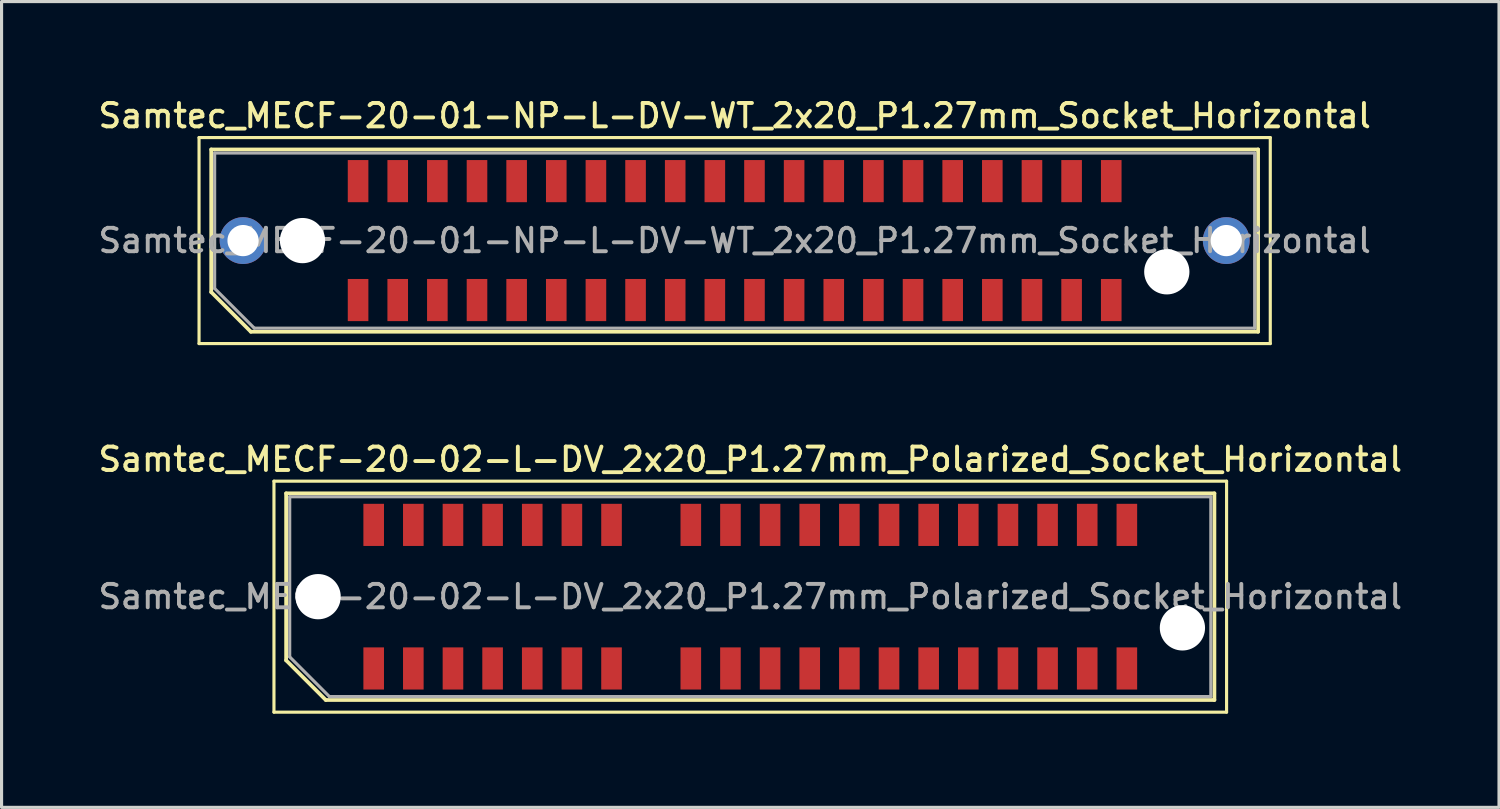
<source format=kicad_pcb>
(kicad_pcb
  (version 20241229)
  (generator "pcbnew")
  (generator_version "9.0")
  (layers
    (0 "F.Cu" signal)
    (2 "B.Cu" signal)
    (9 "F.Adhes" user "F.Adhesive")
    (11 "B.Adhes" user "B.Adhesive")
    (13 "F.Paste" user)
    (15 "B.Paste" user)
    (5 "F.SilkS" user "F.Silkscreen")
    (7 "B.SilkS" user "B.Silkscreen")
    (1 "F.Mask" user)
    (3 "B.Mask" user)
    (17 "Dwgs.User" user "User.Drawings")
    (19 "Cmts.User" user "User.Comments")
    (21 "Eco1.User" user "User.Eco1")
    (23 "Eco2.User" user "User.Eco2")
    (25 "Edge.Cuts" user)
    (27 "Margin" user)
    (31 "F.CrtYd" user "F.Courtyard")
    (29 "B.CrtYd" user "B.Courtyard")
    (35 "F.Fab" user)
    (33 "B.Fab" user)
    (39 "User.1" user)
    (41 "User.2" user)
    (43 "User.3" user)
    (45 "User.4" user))
  (footprint "Samtec_MECF-20-01-NP-L-DV-WT_2x20_P1.27mm_Socket_Horizontal"
    (layer "F.Cu")
    (at 20.487 4.658)
    (property "Reference" "Samtec_MECF-20-01-NP-L-DV-WT_2x20_P1.27mm_Socket_Horizontal" (at 0 -4 0) (layer "F.SilkS") (effects (font (size 0.75 0.75) (thickness 0.125))))
    (attr smd)
    (fp_line (start -17.16 -3.3) (end -17.16 3.3) (stroke (width 0.1) (type solid)) (layer "F.SilkS"))
    (fp_line (start -17.16 3.3) (end 17.16 3.3) (stroke (width 0.1) (type solid)) (layer "F.SilkS"))
    (fp_line (start -16.77 -2.92) (end 16.77 -2.92) (stroke (width 0.12) (type solid)) (layer "F.SilkS"))
    (fp_line (start -16.77 1.65) (end -16.77 -2.92) (stroke (width 0.12) (type solid)) (layer "F.SilkS"))
    (fp_line (start -15.5 2.92) (end -16.77 1.65) (stroke (width 0.12) (type solid)) (layer "F.SilkS"))
    (fp_line (start -15.5 2.92) (end 16.77 2.92) (stroke (width 0.12) (type solid)) (layer "F.SilkS"))
    (fp_line (start 16.77 2.92) (end 16.77 -2.92) (stroke (width 0.12) (type solid)) (layer "F.SilkS"))
    (fp_line (start 17.16 -3.3) (end -17.16 -3.3) (stroke (width 0.1) (type solid)) (layer "F.SilkS"))
    (fp_line (start 17.16 3.3) (end 17.16 -3.3) (stroke (width 0.1) (type solid)) (layer "F.SilkS"))
    (fp_line (start -16.66 -2.805) (end 16.66 -2.805) (stroke (width 0.1) (type solid)) (layer "F.Fab"))
    (fp_line (start -16.66 1.535) (end -16.66 -2.805) (stroke (width 0.1) (type solid)) (layer "F.Fab"))
    (fp_line (start -16.66 1.535) (end -15.39 2.805) (stroke (width 0.1) (type solid)) (layer "F.Fab"))
    (fp_line (start -15.39 2.805) (end 16.66 2.805) (stroke (width 0.1) (type solid)) (layer "F.Fab"))
    (fp_line (start 16.66 2.805) (end 16.66 -2.805) (stroke (width 0.1) (type solid)) (layer "F.Fab"))
    (fp_text user "${REFERENCE}" (at 0 0 0) (layer "F.Fab") (effects (font (size 0.75 0.75) (thickness 0.125))))
    (pad "" thru_hole circle (at -15.75 0) (size 1.5 1.5) (drill 1) (layers "*.Cu" "*.Mask"))
    (pad "" np_thru_hole circle (at -13.845 0) (size 1.45 1.45) (drill 1.45) (layers "*.Cu" "*.Mask"))
    (pad "" np_thru_hole circle (at 13.845 1) (size 1.45 1.45) (drill 1.45) (layers "*.Cu" "*.Mask"))
    (pad "" thru_hole circle (at 15.75 0) (size 1.5 1.5) (drill 1) (layers "*.Cu" "*.Mask"))
    (pad "1" smd rect (at -12.065 1.905) (size 0.66 1.35) (layers "F.Cu" "F.Mask" "F.Paste"))
    (pad "2" smd rect (at -12.065 -1.905) (size 0.66 1.35) (layers "F.Cu" "F.Mask" "F.Paste"))
    (pad "3" smd rect (at -10.795 1.905) (size 0.66 1.35) (layers "F.Cu" "F.Mask" "F.Paste"))
    (pad "4" smd rect (at -10.795 -1.905) (size 0.66 1.35) (layers "F.Cu" "F.Mask" "F.Paste"))
    (pad "5" smd rect (at -9.525 1.905) (size 0.66 1.35) (layers "F.Cu" "F.Mask" "F.Paste"))
    (pad "6" smd rect (at -9.525 -1.905) (size 0.66 1.35) (layers "F.Cu" "F.Mask" "F.Paste"))
    (pad "7" smd rect (at -8.255 1.905) (size 0.66 1.35) (layers "F.Cu" "F.Mask" "F.Paste"))
    (pad "8" smd rect (at -8.255 -1.905) (size 0.66 1.35) (layers "F.Cu" "F.Mask" "F.Paste"))
    (pad "9" smd rect (at -6.985 1.905) (size 0.66 1.35) (layers "F.Cu" "F.Mask" "F.Paste"))
    (pad "10" smd rect (at -6.985 -1.905) (size 0.66 1.35) (layers "F.Cu" "F.Mask" "F.Paste"))
    (pad "11" smd rect (at -5.715 1.905) (size 0.66 1.35) (layers "F.Cu" "F.Mask" "F.Paste"))
    (pad "12" smd rect (at -5.715 -1.905) (size 0.66 1.35) (layers "F.Cu" "F.Mask" "F.Paste"))
    (pad "13" smd rect (at -4.445 1.905) (size 0.66 1.35) (layers "F.Cu" "F.Mask" "F.Paste"))
    (pad "14" smd rect (at -4.445 -1.905) (size 0.66 1.35) (layers "F.Cu" "F.Mask" "F.Paste"))
    (pad "15" smd rect (at -3.175 1.905) (size 0.66 1.35) (layers "F.Cu" "F.Mask" "F.Paste"))
    (pad "16" smd rect (at -3.175 -1.905) (size 0.66 1.35) (layers "F.Cu" "F.Mask" "F.Paste"))
    (pad "17" smd rect (at -1.905 1.905) (size 0.66 1.35) (layers "F.Cu" "F.Mask" "F.Paste"))
    (pad "18" smd rect (at -1.905 -1.905) (size 0.66 1.35) (layers "F.Cu" "F.Mask" "F.Paste"))
    (pad "19" smd rect (at -0.635 1.905) (size 0.66 1.35) (layers "F.Cu" "F.Mask" "F.Paste"))
    (pad "20" smd rect (at -0.635 -1.905) (size 0.66 1.35) (layers "F.Cu" "F.Mask" "F.Paste"))
    (pad "21" smd rect (at 0.635 1.905) (size 0.66 1.35) (layers "F.Cu" "F.Mask" "F.Paste"))
    (pad "22" smd rect (at 0.635 -1.905) (size 0.66 1.35) (layers "F.Cu" "F.Mask" "F.Paste"))
    (pad "23" smd rect (at 1.905 1.905) (size 0.66 1.35) (layers "F.Cu" "F.Mask" "F.Paste"))
    (pad "24" smd rect (at 1.905 -1.905) (size 0.66 1.35) (layers "F.Cu" "F.Mask" "F.Paste"))
    (pad "25" smd rect (at 3.175 1.905) (size 0.66 1.35) (layers "F.Cu" "F.Mask" "F.Paste"))
    (pad "26" smd rect (at 3.175 -1.905) (size 0.66 1.35) (layers "F.Cu" "F.Mask" "F.Paste"))
    (pad "27" smd rect (at 4.445 1.905) (size 0.66 1.35) (layers "F.Cu" "F.Mask" "F.Paste"))
    (pad "28" smd rect (at 4.445 -1.905) (size 0.66 1.35) (layers "F.Cu" "F.Mask" "F.Paste"))
    (pad "29" smd rect (at 5.715 1.905) (size 0.66 1.35) (layers "F.Cu" "F.Mask" "F.Paste"))
    (pad "30" smd rect (at 5.715 -1.905) (size 0.66 1.35) (layers "F.Cu" "F.Mask" "F.Paste"))
    (pad "31" smd rect (at 6.985 1.905) (size 0.66 1.35) (layers "F.Cu" "F.Mask" "F.Paste"))
    (pad "32" smd rect (at 6.985 -1.905) (size 0.66 1.35) (layers "F.Cu" "F.Mask" "F.Paste"))
    (pad "33" smd rect (at 8.255 1.905) (size 0.66 1.35) (layers "F.Cu" "F.Mask" "F.Paste"))
    (pad "34" smd rect (at 8.255 -1.905) (size 0.66 1.35) (layers "F.Cu" "F.Mask" "F.Paste"))
    (pad "35" smd rect (at 9.525 1.905) (size 0.66 1.35) (layers "F.Cu" "F.Mask" "F.Paste"))
    (pad "36" smd rect (at 9.525 -1.905) (size 0.66 1.35) (layers "F.Cu" "F.Mask" "F.Paste"))
    (pad "37" smd rect (at 10.795 1.905) (size 0.66 1.35) (layers "F.Cu" "F.Mask" "F.Paste"))
    (pad "38" smd rect (at 10.795 -1.905) (size 0.66 1.35) (layers "F.Cu" "F.Mask" "F.Paste"))
    (pad "39" smd rect (at 12.065 1.905) (size 0.66 1.35) (layers "F.Cu" "F.Mask" "F.Paste"))
    (pad "40" smd rect (at 12.065 -1.905) (size 0.66 1.35) (layers "F.Cu" "F.Mask" "F.Paste")))
  (footprint "Samtec_MECF-20-02-L-DV_2x20_P1.27mm_Polarized_Socket_Horizontal"
    (layer "F.Cu")
    (at 20.987 16.066)
    (property "Reference" "Samtec_MECF-20-02-L-DV_2x20_P1.27mm_Polarized_Socket_Horizontal" (at 0 -4.4 0) (layer "F.SilkS") (effects (font (size 0.75 0.75) (thickness 0.125))))
    (attr smd)
    (fp_line (start -15.26 -3.7) (end -15.26 3.7) (stroke (width 0.1) (type solid)) (layer "F.SilkS"))
    (fp_line (start -15.26 3.7) (end 15.26 3.7) (stroke (width 0.1) (type solid)) (layer "F.SilkS"))
    (fp_line (start -14.87 -3.31) (end 14.87 -3.31) (stroke (width 0.12) (type solid)) (layer "F.SilkS"))
    (fp_line (start -14.87 2.04) (end -14.87 -3.31) (stroke (width 0.12) (type solid)) (layer "F.SilkS"))
    (fp_line (start -13.6 3.31) (end -14.87 2.04) (stroke (width 0.12) (type solid)) (layer "F.SilkS"))
    (fp_line (start -13.6 3.31) (end 14.87 3.31) (stroke (width 0.12) (type solid)) (layer "F.SilkS"))
    (fp_line (start 14.87 3.31) (end 14.87 -3.31) (stroke (width 0.12) (type solid)) (layer "F.SilkS"))
    (fp_line (start 15.26 -3.7) (end -15.26 -3.7) (stroke (width 0.1) (type solid)) (layer "F.SilkS"))
    (fp_line (start 15.26 3.7) (end 15.26 -3.7) (stroke (width 0.1) (type solid)) (layer "F.SilkS"))
    (fp_line (start -14.755 -3.2) (end 14.755 -3.2) (stroke (width 0.1) (type solid)) (layer "F.Fab"))
    (fp_line (start -14.755 1.93) (end -14.755 -3.2) (stroke (width 0.1) (type solid)) (layer "F.Fab"))
    (fp_line (start -14.755 1.93) (end -13.485 3.2) (stroke (width 0.1) (type solid)) (layer "F.Fab"))
    (fp_line (start -13.485 3.2) (end 14.755 3.2) (stroke (width 0.1) (type solid)) (layer "F.Fab"))
    (fp_line (start 14.755 3.2) (end 14.755 -3.2) (stroke (width 0.1) (type solid)) (layer "F.Fab"))
    (fp_text user "${REFERENCE}" (at 0 0 0) (layer "F.Fab") (effects (font (size 0.75 0.75) (thickness 0.125))))
    (pad "" np_thru_hole circle (at -13.845 0) (size 1.45 1.45) (drill 1.45) (layers "*.Cu" "*.Mask"))
    (pad "" np_thru_hole circle (at 13.845 1) (size 1.45 1.45) (drill 1.45) (layers "*.Cu" "*.Mask"))
    (pad "1" smd rect (at -12.065 2.3) (size 0.66 1.35) (layers "F.Cu" "F.Mask" "F.Paste"))
    (pad "2" smd rect (at -12.065 -2.3) (size 0.66 1.35) (layers "F.Cu" "F.Mask" "F.Paste"))
    (pad "3" smd rect (at -10.795 2.3) (size 0.66 1.35) (layers "F.Cu" "F.Mask" "F.Paste"))
    (pad "4" smd rect (at -10.795 -2.3) (size 0.66 1.35) (layers "F.Cu" "F.Mask" "F.Paste"))
    (pad "5" smd rect (at -9.525 2.3) (size 0.66 1.35) (layers "F.Cu" "F.Mask" "F.Paste"))
    (pad "6" smd rect (at -9.525 -2.3) (size 0.66 1.35) (layers "F.Cu" "F.Mask" "F.Paste"))
    (pad "7" smd rect (at -8.255 2.3) (size 0.66 1.35) (layers "F.Cu" "F.Mask" "F.Paste"))
    (pad "8" smd rect (at -8.255 -2.3) (size 0.66 1.35) (layers "F.Cu" "F.Mask" "F.Paste"))
    (pad "9" smd rect (at -6.985 2.3) (size 0.66 1.35) (layers "F.Cu" "F.Mask" "F.Paste"))
    (pad "10" smd rect (at -6.985 -2.3) (size 0.66 1.35) (layers "F.Cu" "F.Mask" "F.Paste"))
    (pad "11" smd rect (at -5.715 2.3) (size 0.66 1.35) (layers "F.Cu" "F.Mask" "F.Paste"))
    (pad "12" smd rect (at -5.715 -2.3) (size 0.66 1.35) (layers "F.Cu" "F.Mask" "F.Paste"))
    (pad "13" smd rect (at -4.445 2.3) (size 0.66 1.35) (layers "F.Cu" "F.Mask" "F.Paste"))
    (pad "14" smd rect (at -4.445 -2.3) (size 0.66 1.35) (layers "F.Cu" "F.Mask" "F.Paste"))
    (pad "17" smd rect (at -1.905 2.3) (size 0.66 1.35) (layers "F.Cu" "F.Mask" "F.Paste"))
    (pad "18" smd rect (at -1.905 -2.3) (size 0.66 1.35) (layers "F.Cu" "F.Mask" "F.Paste"))
    (pad "19" smd rect (at -0.635 2.3) (size 0.66 1.35) (layers "F.Cu" "F.Mask" "F.Paste"))
    (pad "20" smd rect (at -0.635 -2.3) (size 0.66 1.35) (layers "F.Cu" "F.Mask" "F.Paste"))
    (pad "21" smd rect (at 0.635 2.3) (size 0.66 1.35) (layers "F.Cu" "F.Mask" "F.Paste"))
    (pad "22" smd rect (at 0.635 -2.3) (size 0.66 1.35) (layers "F.Cu" "F.Mask" "F.Paste"))
    (pad "23" smd rect (at 1.905 2.3) (size 0.66 1.35) (layers "F.Cu" "F.Mask" "F.Paste"))
    (pad "24" smd rect (at 1.905 -2.3) (size 0.66 1.35) (layers "F.Cu" "F.Mask" "F.Paste"))
    (pad "25" smd rect (at 3.175 2.3) (size 0.66 1.35) (layers "F.Cu" "F.Mask" "F.Paste"))
    (pad "26" smd rect (at 3.175 -2.3) (size 0.66 1.35) (layers "F.Cu" "F.Mask" "F.Paste"))
    (pad "27" smd rect (at 4.445 2.3) (size 0.66 1.35) (layers "F.Cu" "F.Mask" "F.Paste"))
    (pad "28" smd rect (at 4.445 -2.3) (size 0.66 1.35) (layers "F.Cu" "F.Mask" "F.Paste"))
    (pad "29" smd rect (at 5.715 2.3) (size 0.66 1.35) (layers "F.Cu" "F.Mask" "F.Paste"))
    (pad "30" smd rect (at 5.715 -2.3) (size 0.66 1.35) (layers "F.Cu" "F.Mask" "F.Paste"))
    (pad "31" smd rect (at 6.985 2.3) (size 0.66 1.35) (layers "F.Cu" "F.Mask" "F.Paste"))
    (pad "32" smd rect (at 6.985 -2.3) (size 0.66 1.35) (layers "F.Cu" "F.Mask" "F.Paste"))
    (pad "33" smd rect (at 8.255 2.3) (size 0.66 1.35) (layers "F.Cu" "F.Mask" "F.Paste"))
    (pad "34" smd rect (at 8.255 -2.3) (size 0.66 1.35) (layers "F.Cu" "F.Mask" "F.Paste"))
    (pad "35" smd rect (at 9.525 2.3) (size 0.66 1.35) (layers "F.Cu" "F.Mask" "F.Paste"))
    (pad "36" smd rect (at 9.525 -2.3) (size 0.66 1.35) (layers "F.Cu" "F.Mask" "F.Paste"))
    (pad "37" smd rect (at 10.795 2.3) (size 0.66 1.35) (layers "F.Cu" "F.Mask" "F.Paste"))
    (pad "38" smd rect (at 10.795 -2.3) (size 0.66 1.35) (layers "F.Cu" "F.Mask" "F.Paste"))
    (pad "39" smd rect (at 12.065 2.3) (size 0.66 1.35) (layers "F.Cu" "F.Mask" "F.Paste"))
    (pad "40" smd rect (at 12.065 -2.3) (size 0.66 1.35) (layers "F.Cu" "F.Mask" "F.Paste")))
  (gr_rect
    (start -3 -3)
    (end 44.975 22.816)
    (stroke (width 0.1) (type default))
    (fill no)
    (layer "Edge.Cuts")))
</source>
